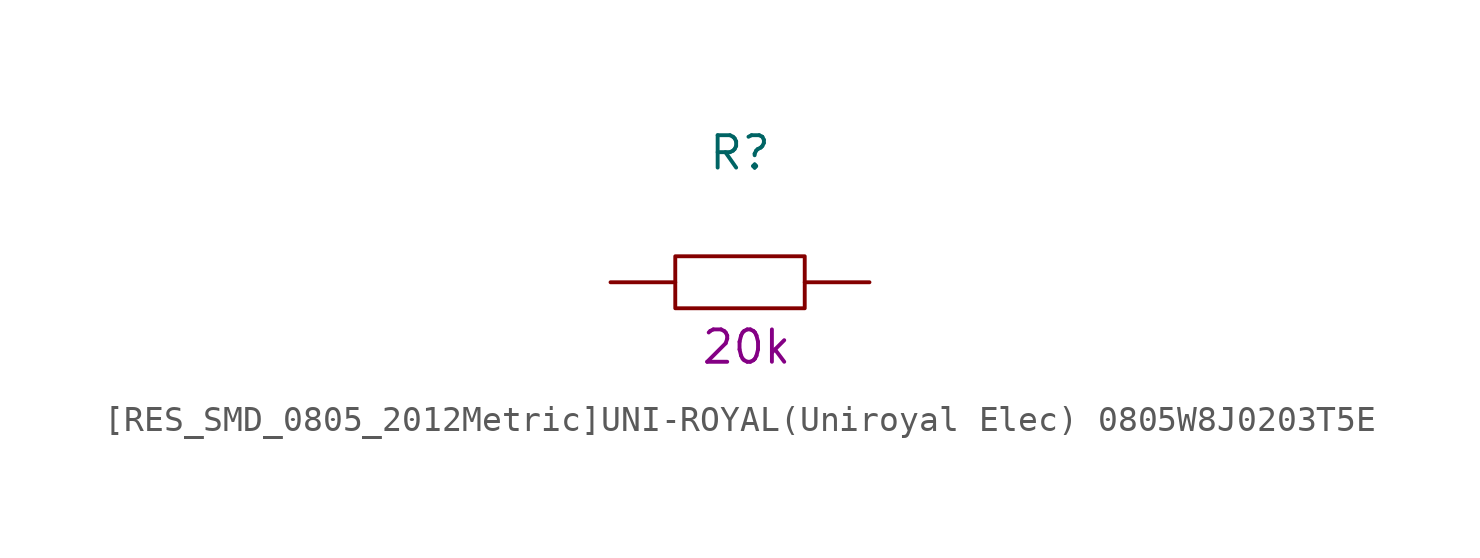
<source format=kicad_sym>
(kicad_symbol_lib
  (version 20231120)
  (generator "kicad_symbol_editor")
  (generator_version "8.0")
  (symbol "[RES_SMD_0805_2012Metric]UNI-ROYAL(Uniroyal Elec) 0805W8J0203T5E"
    (pin_numbers hide)
    (property "Reference" "R"
      (at 0 5.08 0)
      (effects (font (size 1.27 1.27))))
    (property "Nvalue" "20k"
      (at 0.254 -2.54 0)
      (effects (font (size 1.27 1.27))))
    (symbol "[RES_SMD_0805_2012Metric]UNI-ROYAL(Uniroyal Elec) 0805W8J0203T5E_1_1"
      (rectangle (start -2.54 1.02) (end 2.54 -1.02) (stroke (width 0) (type default)) (fill (type none)))
      (pin passive line (at -5.08 0 0) (length 2.54) (name "~" (effects (font (size 1.27 1.27)))) (number "1" (effects (font (size 1.27 1.27)))))
      (pin passive line (at 5.08 0 180) (length 2.54) (name "~" (effects (font (size 1.27 1.27)))) (number "2" (effects (font (size 1.27 1.27))))))))
</source>
